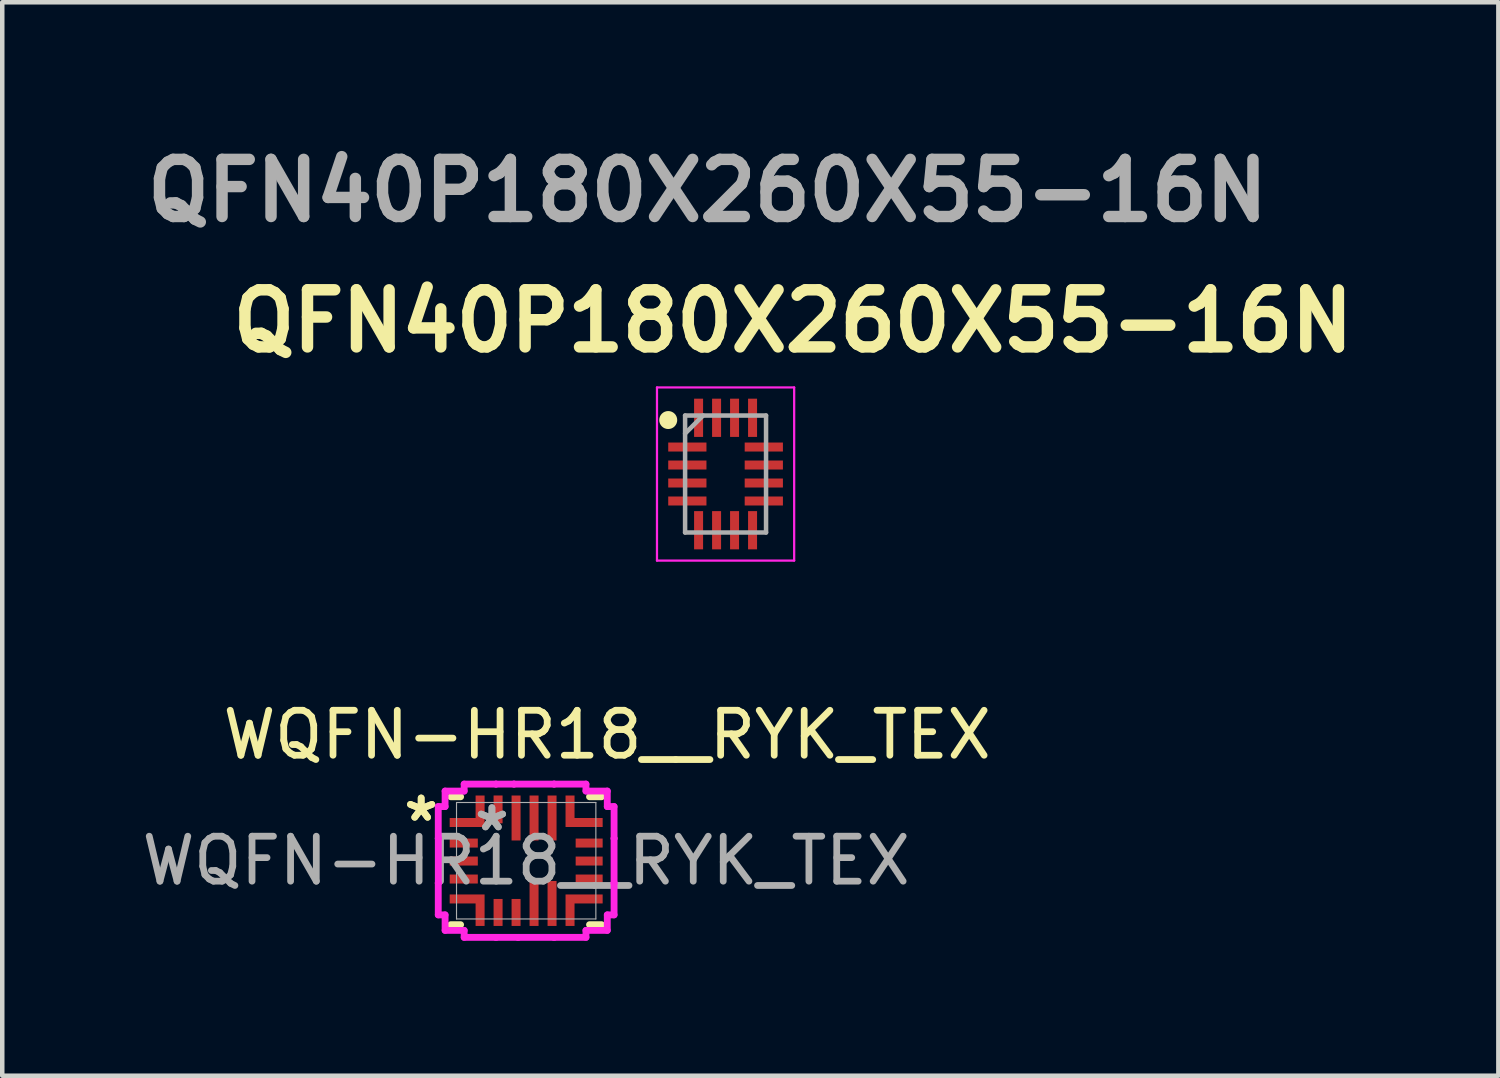
<source format=kicad_pcb>
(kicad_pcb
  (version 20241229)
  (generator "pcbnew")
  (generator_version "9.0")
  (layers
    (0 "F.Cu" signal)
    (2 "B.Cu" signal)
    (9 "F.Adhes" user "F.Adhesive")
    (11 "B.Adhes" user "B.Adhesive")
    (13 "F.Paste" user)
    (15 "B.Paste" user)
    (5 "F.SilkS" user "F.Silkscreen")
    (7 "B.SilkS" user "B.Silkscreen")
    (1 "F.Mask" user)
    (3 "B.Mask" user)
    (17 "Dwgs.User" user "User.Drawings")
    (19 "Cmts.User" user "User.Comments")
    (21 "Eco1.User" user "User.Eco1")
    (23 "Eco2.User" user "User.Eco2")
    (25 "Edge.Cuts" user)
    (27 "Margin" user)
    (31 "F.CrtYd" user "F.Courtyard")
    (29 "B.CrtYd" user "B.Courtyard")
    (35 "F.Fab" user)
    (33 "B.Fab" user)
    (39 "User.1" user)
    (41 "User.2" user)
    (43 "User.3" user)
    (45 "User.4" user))
  (footprint "QFN40P180X260X55-16N"
    (layer "F.Cu")
    (at 13.082 7.489)
    (property "Reference" "QFN40P180X260X55-16N" (at 1.5 -3.4 0) (layer "F.SilkS") (effects (font (size 1.27 1.27) (thickness 0.254))))
    (attr smd)
    (fp_circle (center -1.275 -1.2) (end -1.275 -1.1) (stroke (width 0.2) (type solid)) (fill no) (layer "F.SilkS"))
    (fp_line (start -1.525 -1.925) (end 1.525 -1.925) (stroke (width 0.05) (type solid)) (layer "F.CrtYd"))
    (fp_line (start -1.525 1.925) (end -1.525 -1.925) (stroke (width 0.05) (type solid)) (layer "F.CrtYd"))
    (fp_line (start 1.525 -1.925) (end 1.525 1.925) (stroke (width 0.05) (type solid)) (layer "F.CrtYd"))
    (fp_line (start 1.525 1.925) (end -1.525 1.925) (stroke (width 0.05) (type solid)) (layer "F.CrtYd"))
    (fp_line (start -0.9 -1.3) (end 0.9 -1.3) (stroke (width 0.1) (type solid)) (layer "F.Fab"))
    (fp_line (start -0.9 -0.9) (end -0.5 -1.3) (stroke (width 0.1) (type solid)) (layer "F.Fab"))
    (fp_line (start -0.9 1.3) (end -0.9 -1.3) (stroke (width 0.1) (type solid)) (layer "F.Fab"))
    (fp_line (start 0.9 -1.3) (end 0.9 1.3) (stroke (width 0.1) (type solid)) (layer "F.Fab"))
    (fp_line (start 0.9 1.3) (end -0.9 1.3) (stroke (width 0.1) (type solid)) (layer "F.Fab"))
    (fp_text user "${REFERENCE}" (at -0.4 -6.3 0) (layer "F.Fab") (effects (font (size 1.27 1.27) (thickness 0.254))))
    (pad "1" smd rect (at -0.85 -0.6 90) (size 0.2 0.85) (layers "F.Cu" "F.Mask" "F.Paste"))
    (pad "2" smd rect (at -0.85 -0.2 90) (size 0.2 0.85) (layers "F.Cu" "F.Mask" "F.Paste"))
    (pad "3" smd rect (at -0.85 0.2 90) (size 0.2 0.85) (layers "F.Cu" "F.Mask" "F.Paste"))
    (pad "4" smd rect (at -0.85 0.6 90) (size 0.2 0.85) (layers "F.Cu" "F.Mask" "F.Paste"))
    (pad "5" smd rect (at -0.6 1.25) (size 0.2 0.85) (layers "F.Cu" "F.Mask" "F.Paste"))
    (pad "6" smd rect (at -0.2 1.25) (size 0.2 0.85) (layers "F.Cu" "F.Mask" "F.Paste"))
    (pad "7" smd rect (at 0.2 1.25) (size 0.2 0.85) (layers "F.Cu" "F.Mask" "F.Paste"))
    (pad "8" smd rect (at 0.6 1.25) (size 0.2 0.85) (layers "F.Cu" "F.Mask" "F.Paste"))
    (pad "9" smd rect (at 0.85 0.6 90) (size 0.2 0.85) (layers "F.Cu" "F.Mask" "F.Paste"))
    (pad "10" smd rect (at 0.85 0.2 90) (size 0.2 0.85) (layers "F.Cu" "F.Mask" "F.Paste"))
    (pad "11" smd rect (at 0.85 -0.2 90) (size 0.2 0.85) (layers "F.Cu" "F.Mask" "F.Paste"))
    (pad "12" smd rect (at 0.85 -0.6 90) (size 0.2 0.85) (layers "F.Cu" "F.Mask" "F.Paste"))
    (pad "13" smd rect (at 0.6 -1.25) (size 0.2 0.85) (layers "F.Cu" "F.Mask" "F.Paste"))
    (pad "14" smd rect (at 0.2 -1.25) (size 0.2 0.85) (layers "F.Cu" "F.Mask" "F.Paste"))
    (pad "15" smd rect (at -0.2 -1.25) (size 0.2 0.85) (layers "F.Cu" "F.Mask" "F.Paste"))
    (pad "16" smd rect (at -0.6 -1.25) (size 0.2 0.85) (layers "F.Cu" "F.Mask" "F.Paste")))
  (footprint "WQFN-HR18__RYK_TEX"
    (layer "F.Cu")
    (at 8.649 16.087)
    (property "Reference" "WQFN-HR18__RYK_TEX" (at 1.8 -2.8 0) (unlocked yes) (layer "F.SilkS") (effects (font (size 1 1) (thickness 0.15))))
    (attr smd)
    (fp_line (start -1.676 -1.422) (end -1.458 -1.422) (stroke (width 0.152) (type solid)) (layer "F.SilkS"))
    (fp_line (start -1.458 1.422) (end -1.676 1.422) (stroke (width 0.152) (type solid)) (layer "F.SilkS"))
    (fp_line (start 1.408 -1.422) (end 1.676 -1.422) (stroke (width 0.152) (type solid)) (layer "F.SilkS"))
    (fp_line (start 1.676 1.422) (end 1.408 1.422) (stroke (width 0.152) (type solid)) (layer "F.SilkS"))
    (fp_line (start -1.955 -1.204) (end -1.955 -0.496) (stroke (width 0.152) (type solid)) (layer "F.CrtYd"))
    (fp_line (start -1.955 -0.496) (end -1.954 -0.496) (stroke (width 0.152) (type solid)) (layer "F.CrtYd"))
    (fp_line (start -1.955 0.496) (end -1.955 1.204) (stroke (width 0.152) (type solid)) (layer "F.CrtYd"))
    (fp_line (start -1.955 1.204) (end -1.803 1.204) (stroke (width 0.152) (type solid)) (layer "F.CrtYd"))
    (fp_line (start -1.954 -0.496) (end -1.954 0.496) (stroke (width 0.152) (type solid)) (layer "F.CrtYd"))
    (fp_line (start -1.954 0.496) (end -1.955 0.496) (stroke (width 0.152) (type solid)) (layer "F.CrtYd"))
    (fp_line (start -1.803 -1.549) (end -1.803 -1.204) (stroke (width 0.152) (type solid)) (layer "F.CrtYd"))
    (fp_line (start -1.803 -1.204) (end -1.955 -1.204) (stroke (width 0.152) (type solid)) (layer "F.CrtYd"))
    (fp_line (start -1.803 1.204) (end -1.803 1.549) (stroke (width 0.152) (type solid)) (layer "F.CrtYd"))
    (fp_line (start -1.803 1.549) (end -1.379 1.549) (stroke (width 0.152) (type solid)) (layer "F.CrtYd"))
    (fp_line (start -1.379 -1.704) (end -1.379 -1.549) (stroke (width 0.152) (type solid)) (layer "F.CrtYd"))
    (fp_line (start -1.379 -1.549) (end -1.803 -1.549) (stroke (width 0.152) (type solid)) (layer "F.CrtYd"))
    (fp_line (start -1.379 1.549) (end -1.379 1.704) (stroke (width 0.152) (type solid)) (layer "F.CrtYd"))
    (fp_line (start -1.379 1.704) (end -0.671 1.704) (stroke (width 0.152) (type solid)) (layer "F.CrtYd"))
    (fp_line (start -0.671 -1.704) (end -0.671 -1.704) (stroke (width 0.152) (type solid)) (layer "F.CrtYd"))
    (fp_line (start -0.671 -1.704) (end -1.379 -1.704) (stroke (width 0.152) (type solid)) (layer "F.CrtYd"))
    (fp_line (start -0.671 1.704) (end -0.671 1.704) (stroke (width 0.152) (type solid)) (layer "F.CrtYd"))
    (fp_line (start -0.671 1.704) (end -0.179 1.704) (stroke (width 0.152) (type solid)) (layer "F.CrtYd"))
    (fp_line (start -0.271 -1.704) (end -0.671 -1.704) (stroke (width 0.152) (type solid)) (layer "F.CrtYd"))
    (fp_line (start -0.271 -1.704) (end -0.271 -1.704) (stroke (width 0.152) (type solid)) (layer "F.CrtYd"))
    (fp_line (start -0.179 1.704) (end 0.621 1.704) (stroke (width 0.152) (type solid)) (layer "F.CrtYd"))
    (fp_line (start -0.179 1.704) (end -0.179 1.704) (stroke (width 0.152) (type solid)) (layer "F.CrtYd"))
    (fp_line (start 0.621 -1.704) (end 0.621 -1.704) (stroke (width 0.152) (type solid)) (layer "F.CrtYd"))
    (fp_line (start 0.621 -1.704) (end -0.271 -1.704) (stroke (width 0.152) (type solid)) (layer "F.CrtYd"))
    (fp_line (start 0.621 1.704) (end 0.621 1.704) (stroke (width 0.152) (type solid)) (layer "F.CrtYd"))
    (fp_line (start 0.621 1.704) (end 1.329 1.704) (stroke (width 0.152) (type solid)) (layer "F.CrtYd"))
    (fp_line (start 1.329 -1.704) (end 0.621 -1.704) (stroke (width 0.152) (type solid)) (layer "F.CrtYd"))
    (fp_line (start 1.329 -1.549) (end 1.329 -1.704) (stroke (width 0.152) (type solid)) (layer "F.CrtYd"))
    (fp_line (start 1.329 1.549) (end 1.803 1.549) (stroke (width 0.152) (type solid)) (layer "F.CrtYd"))
    (fp_line (start 1.329 1.704) (end 1.329 1.549) (stroke (width 0.152) (type solid)) (layer "F.CrtYd"))
    (fp_line (start 1.803 -1.549) (end 1.329 -1.549) (stroke (width 0.152) (type solid)) (layer "F.CrtYd"))
    (fp_line (start 1.803 -1.204) (end 1.803 -1.549) (stroke (width 0.152) (type solid)) (layer "F.CrtYd"))
    (fp_line (start 1.803 1.204) (end 1.954 1.204) (stroke (width 0.152) (type solid)) (layer "F.CrtYd"))
    (fp_line (start 1.803 1.549) (end 1.803 1.204) (stroke (width 0.152) (type solid)) (layer "F.CrtYd"))
    (fp_line (start 1.954 -1.204) (end 1.803 -1.204) (stroke (width 0.152) (type solid)) (layer "F.CrtYd"))
    (fp_line (start 1.954 -0.496) (end 1.954 -1.204) (stroke (width 0.152) (type solid)) (layer "F.CrtYd"))
    (fp_line (start 1.954 -0.496) (end 1.954 -0.496) (stroke (width 0.152) (type solid)) (layer "F.CrtYd"))
    (fp_line (start 1.954 0.496) (end 1.954 -0.496) (stroke (width 0.152) (type solid)) (layer "F.CrtYd"))
    (fp_line (start 1.954 0.496) (end 1.954 0.496) (stroke (width 0.152) (type solid)) (layer "F.CrtYd"))
    (fp_line (start 1.954 1.204) (end 1.954 0.496) (stroke (width 0.152) (type solid)) (layer "F.CrtYd"))
    (fp_line (start -1.549 -1.295) (end -1.549 1.295) (stroke (width 0.025) (type solid)) (layer "F.Fab"))
    (fp_line (start -1.549 1.295) (end 1.549 1.295) (stroke (width 0.025) (type solid)) (layer "F.Fab"))
    (fp_line (start 1.549 -1.295) (end -1.549 -1.295) (stroke (width 0.025) (type solid)) (layer "F.Fab"))
    (fp_line (start 1.549 1.295) (end 1.549 -1.295) (stroke (width 0.025) (type solid)) (layer "F.Fab"))
    (fp_text user "*" (at -2.335 -0.85 0) (unlocked yes) (layer "F.SilkS") (effects (font (size 1 1) (thickness 0.15))))
    (fp_text user "*" (at -2.335 -0.85 0) (layer "F.SilkS") (effects (font (size 1 1) (thickness 0.15))))
    (fp_text user "*" (at -0.762 -0.635 0) (unlocked yes) (layer "F.Fab") (effects (font (size 1 1) (thickness 0.15))))
    (fp_text user "*" (at -0.762 -0.635 0) (layer "F.Fab") (effects (font (size 1 1) (thickness 0.15))))
    (fp_text user "${REFERENCE}" (at 0 0 0) (unlocked yes) (layer "F.Fab") (effects (font (size 1 1) (thickness 0.15))))
    (pad "1" smd custom (at -1.025 -0.85) (size 0.127 0.127) (layers "F.Cu" "F.Mask" "F.Paste") (options (anchor rect)) (primitives (gr_poly (pts (xy -0.676 -0.1) (xy -0.676 0.1) (xy 0.1 0.1) (xy 0.1 -0.6) (xy -0.1 -0.6) (xy -0.1 -0.1)) (width 0) (fill yes))))
    (pad "2" smd rect (at -1.388 -0.393) (size 0.625 0.2) (layers "F.Cu" "F.Mask" "F.Paste"))
    (pad "3" smd rect (at -1.388 0.007) (size 0.625 0.2) (layers "F.Cu" "F.Mask" "F.Paste"))
    (pad "4" smd rect (at -1.388 0.407) (size 0.625 0.2) (layers "F.Cu" "F.Mask" "F.Paste"))
    (pad "5" smd custom (at -1.025 0.85) (size 0.127 0.127) (layers "F.Cu" "F.Mask" "F.Paste") (options (anchor rect)) (primitives (gr_poly (pts (xy -0.676 0.1) (xy -0.676 -0.1) (xy 0.1 -0.1) (xy 0.1 0.6) (xy -0.1 0.6) (xy -0.1 0.1)) (width 0) (fill yes))))
    (pad "6" smd rect (at -0.625 1.15 90) (size 0.6 0.2) (layers "F.Cu" "F.Mask" "F.Paste"))
    (pad "7" smd rect (at -0.225 1.15 90) (size 0.6 0.2) (layers "F.Cu" "F.Mask" "F.Paste"))
    (pad "8" smd rect (at 0.175 0.95) (size 0.2 1) (layers "F.Cu" "F.Mask" "F.Paste"))
    (pad "9" smd rect (at 0.575 0.95) (size 0.2 1) (layers "F.Cu" "F.Mask" "F.Paste"))
    (pad "10" smd custom (at 0.975 0.85) (size 0.127 0.127) (layers "F.Cu" "F.Mask" "F.Paste") (options (anchor rect)) (primitives (gr_poly (pts (xy -0.1 0.6) (xy -0.1 -0.1) (xy 0.725 -0.1) (xy 0.725 0.1) (xy 0.1 0.1) (xy 0.1 0.6)) (width 0) (fill yes))))
    (pad "11" smd rect (at 1.4 0.407) (size 0.6 0.2) (layers "F.Cu" "F.Mask" "F.Paste"))
    (pad "12" smd rect (at 1.4 0.007) (size 0.6 0.2) (layers "F.Cu" "F.Mask" "F.Paste"))
    (pad "13" smd rect (at 1.4 -0.393) (size 0.6 0.2) (layers "F.Cu" "F.Mask" "F.Paste"))
    (pad "14" smd custom (at 0.975 -0.85) (size 0.127 0.127) (layers "F.Cu" "F.Mask" "F.Paste") (options (anchor rect)) (primitives (gr_poly (pts (xy -0.1 -0.6) (xy -0.1 0.1) (xy 0.725 0.1) (xy 0.725 -0.1) (xy 0.1 -0.1) (xy 0.1 -0.6)) (width 0) (fill yes))))
    (pad "15" smd rect (at 0.575 -0.95) (size 0.2 1) (layers "F.Cu" "F.Mask" "F.Paste"))
    (pad "16" smd rect (at 0.175 -0.95) (size 0.2 1) (layers "F.Cu" "F.Mask" "F.Paste"))
    (pad "17" smd rect (at -0.225 -0.95) (size 0.2 1) (layers "F.Cu" "F.Mask" "F.Paste"))
    (pad "18" smd rect (at -0.625 -1.141 90) (size 0.619 0.2) (layers "F.Cu" "F.Mask" "F.Paste")))
  (gr_rect
    (start -3 -3)
    (end 30.264 20.867)
    (stroke (width 0.1) (type default))
    (fill no)
    (layer "Edge.Cuts")))
</source>
